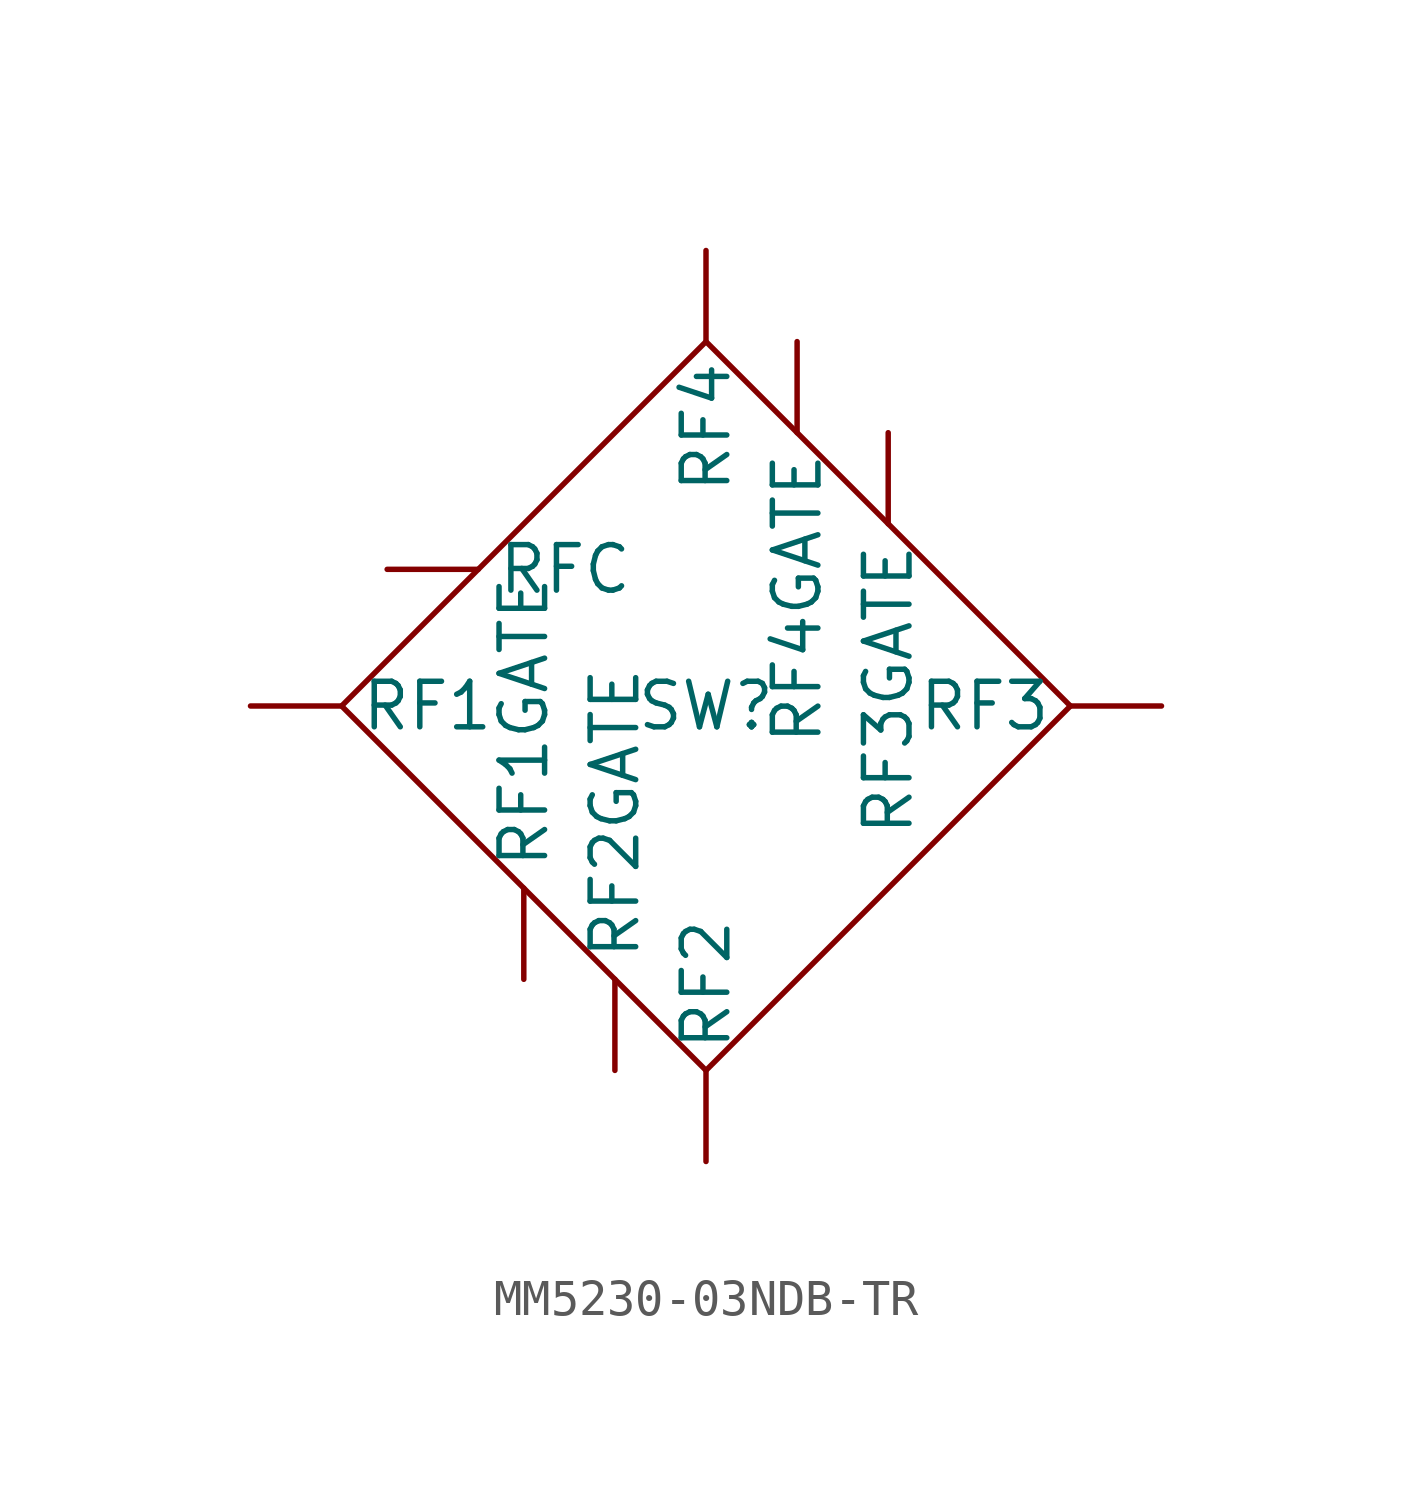
<source format=kicad_sym>
(kicad_symbol_lib
  (version 20241209)
  (generator "kicad_symbol_editor")
  (generator_version "9.0")
  (symbol "MM5230-03NDB-TR"
    (property "Reference" "SW"
      (at 0 0 0)
      (effects (font (size 1.27 1.27))))
    (property "Value" ""
      (at 0 0 0)
      (effects (font (size 1.27 1.27))))
    (symbol "MM5230-03NDB-TR_0_1"
      (polyline (pts (xy 0 -10.16) (xy 10.16 0) (xy 0 10.16) (xy -10.16 0) (xy 0 -10.16)) (stroke (width 0) (type default)) (fill (type none))))
    (symbol "MM5230-03NDB-TR_1_1"
      (pin input line (at -12.7 0 0) (length 2.54) (name "RF1" (effects (font (size 1.27 1.27)))) (number "" (effects (font (size 1.27 1.27)))))
      (pin input line (at -8.89 3.81 0) (length 2.54) (name "RFC" (effects (font (size 1.27 1.27)))) (number "" (effects (font (size 1.27 1.27)))))
      (pin input line (at -5.08 -7.62 90) (length 2.54) (name "RF1GATE" (effects (font (size 1.27 1.27)))) (number "" (effects (font (size 1.27 1.27)))))
      (pin input line (at -2.54 -10.16 90) (length 2.54) (name "RF2GATE" (effects (font (size 1.27 1.27)))) (number "" (effects (font (size 1.27 1.27)))))
      (pin input line (at 0 12.7 270) (length 2.54) (name "RF4" (effects (font (size 1.27 1.27)))) (number "" (effects (font (size 1.27 1.27)))))
      (pin input line (at 0 -12.7 90) (length 2.54) (name "RF2" (effects (font (size 1.27 1.27)))) (number "" (effects (font (size 1.27 1.27)))))
      (pin input line (at 2.54 10.16 270) (length 2.54) (name "RF4GATE" (effects (font (size 1.27 1.27)))) (number "" (effects (font (size 1.27 1.27)))))
      (pin input line (at 5.08 7.62 270) (length 2.54) (name "RF3GATE" (effects (font (size 1.27 1.27)))) (number "" (effects (font (size 1.27 1.27)))))
      (pin input line (at 12.7 0 180) (length 2.54) (name "RF3" (effects (font (size 1.27 1.27)))) (number "" (effects (font (size 1.27 1.27))))))))
</source>
